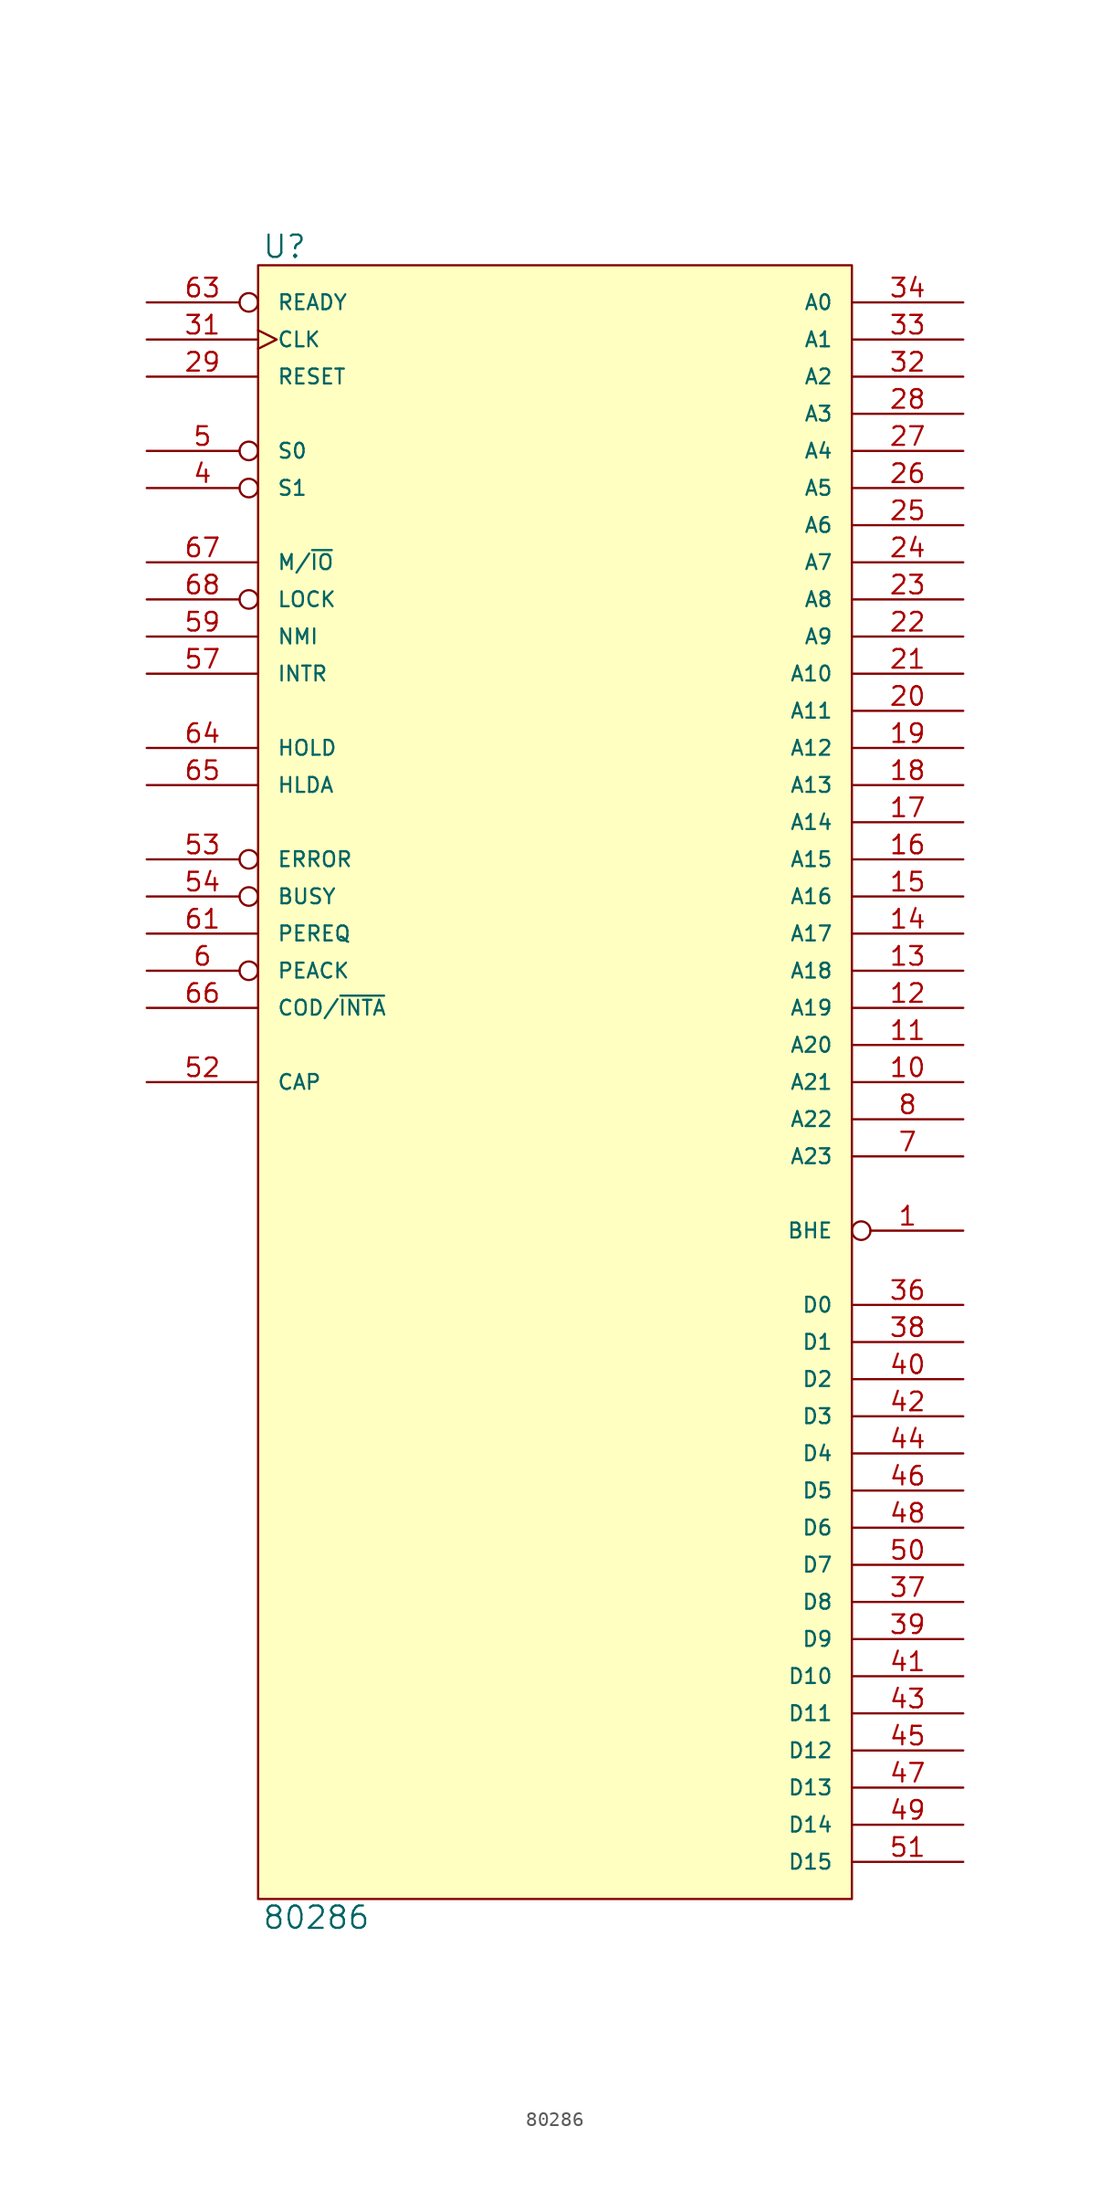
<source format=kicad_sym>
(kicad_symbol_lib
  (version 20231120)
  (generator "kicad_symbol_editor")
  (generator_version "8.0")
  (symbol "80286"
    (pin_names
      (offset 1.27))
    (property "Reference" "U"
      (at 0.254 0.381 0)
      (effects (font (size 1.524 1.524)) (justify left bottom)))
    (property "Value" "80286"
      (at 0.254 -112.141 0)
      (effects (font (size 1.524 1.524)) (justify left top)))
    (symbol "80286_0_1"
      (rectangle (start 0 0) (end 40.64 -111.76) (stroke (width 0) (type solid)) (fill (type background))))
    (symbol "80286_1_1"
      (pin output inverted (at 48.26 -66.04 180) (length 7.62) (name "BHE" (effects (font (size 1.016 1.016)))) (number "1" (effects (font (size 1.27 1.27)))))
      (pin output line (at 48.26 -55.88 180) (length 7.62) (name "A21" (effects (font (size 1.016 1.016)))) (number "10" (effects (font (size 1.27 1.27)))))
      (pin output line (at 48.26 -53.34 180) (length 7.62) (name "A20" (effects (font (size 1.016 1.016)))) (number "11" (effects (font (size 1.27 1.27)))))
      (pin output line (at 48.26 -50.8 180) (length 7.62) (name "A19" (effects (font (size 1.016 1.016)))) (number "12" (effects (font (size 1.27 1.27)))))
      (pin output line (at 48.26 -48.26 180) (length 7.62) (name "A18" (effects (font (size 1.016 1.016)))) (number "13" (effects (font (size 1.27 1.27)))))
      (pin output line (at 48.26 -45.72 180) (length 7.62) (name "A17" (effects (font (size 1.016 1.016)))) (number "14" (effects (font (size 1.27 1.27)))))
      (pin output line (at 48.26 -43.18 180) (length 7.62) (name "A16" (effects (font (size 1.016 1.016)))) (number "15" (effects (font (size 1.27 1.27)))))
      (pin output line (at 48.26 -40.64 180) (length 7.62) (name "A15" (effects (font (size 1.016 1.016)))) (number "16" (effects (font (size 1.27 1.27)))))
      (pin output line (at 48.26 -38.1 180) (length 7.62) (name "A14" (effects (font (size 1.016 1.016)))) (number "17" (effects (font (size 1.27 1.27)))))
      (pin output line (at 48.26 -35.56 180) (length 7.62) (name "A13" (effects (font (size 1.016 1.016)))) (number "18" (effects (font (size 1.27 1.27)))))
      (pin output line (at 48.26 -33.02 180) (length 7.62) (name "A12" (effects (font (size 1.016 1.016)))) (number "19" (effects (font (size 1.27 1.27)))))
      (pin output line (at 48.26 -30.48 180) (length 7.62) (name "A11" (effects (font (size 1.016 1.016)))) (number "20" (effects (font (size 1.27 1.27)))))
      (pin output line (at 48.26 -27.94 180) (length 7.62) (name "A10" (effects (font (size 1.016 1.016)))) (number "21" (effects (font (size 1.27 1.27)))))
      (pin output line (at 48.26 -25.4 180) (length 7.62) (name "A9" (effects (font (size 1.016 1.016)))) (number "22" (effects (font (size 1.27 1.27)))))
      (pin output line (at 48.26 -22.86 180) (length 7.62) (name "A8" (effects (font (size 1.016 1.016)))) (number "23" (effects (font (size 1.27 1.27)))))
      (pin output line (at 48.26 -20.32 180) (length 7.62) (name "A7" (effects (font (size 1.016 1.016)))) (number "24" (effects (font (size 1.27 1.27)))))
      (pin output line (at 48.26 -17.78 180) (length 7.62) (name "A6" (effects (font (size 1.016 1.016)))) (number "25" (effects (font (size 1.27 1.27)))))
      (pin output line (at 48.26 -15.24 180) (length 7.62) (name "A5" (effects (font (size 1.016 1.016)))) (number "26" (effects (font (size 1.27 1.27)))))
      (pin output line (at 48.26 -12.7 180) (length 7.62) (name "A4" (effects (font (size 1.016 1.016)))) (number "27" (effects (font (size 1.27 1.27)))))
      (pin output line (at 48.26 -10.16 180) (length 7.62) (name "A3" (effects (font (size 1.016 1.016)))) (number "28" (effects (font (size 1.27 1.27)))))
      (pin input line (at -7.62 -7.62 0) (length 7.62) (name "RESET" (effects (font (size 1.016 1.016)))) (number "29" (effects (font (size 1.27 1.27)))))
      (pin power_in line (at 0 0 270) (length 0) hide (name "VCC" (effects (font (size 1.016 1.016)))) (number "30" (effects (font (size 1.27 1.27)))))
      (pin input clock (at -7.62 -5.08 0) (length 7.62) (name "CLK" (effects (font (size 1.016 1.016)))) (number "31" (effects (font (size 1.27 1.27)))))
      (pin output line (at 48.26 -7.62 180) (length 7.62) (name "A2" (effects (font (size 1.016 1.016)))) (number "32" (effects (font (size 1.27 1.27)))))
      (pin output line (at 48.26 -5.08 180) (length 7.62) (name "A1" (effects (font (size 1.016 1.016)))) (number "33" (effects (font (size 1.27 1.27)))))
      (pin output line (at 48.26 -2.54 180) (length 7.62) (name "A0" (effects (font (size 1.016 1.016)))) (number "34" (effects (font (size 1.27 1.27)))))
      (pin power_in line (at 0 -111.76 90) (length 0) hide (name "VSS" (effects (font (size 1.016 1.016)))) (number "35" (effects (font (size 1.27 1.27)))))
      (pin bidirectional line (at 48.26 -71.12 180) (length 7.62) (name "D0" (effects (font (size 1.016 1.016)))) (number "36" (effects (font (size 1.27 1.27)))))
      (pin bidirectional line (at 48.26 -91.44 180) (length 7.62) (name "D8" (effects (font (size 1.016 1.016)))) (number "37" (effects (font (size 1.27 1.27)))))
      (pin bidirectional line (at 48.26 -73.66 180) (length 7.62) (name "D1" (effects (font (size 1.016 1.016)))) (number "38" (effects (font (size 1.27 1.27)))))
      (pin bidirectional line (at 48.26 -93.98 180) (length 7.62) (name "D9" (effects (font (size 1.016 1.016)))) (number "39" (effects (font (size 1.27 1.27)))))
      (pin output inverted (at -7.62 -15.24 0) (length 7.62) (name "S1" (effects (font (size 1.016 1.016)))) (number "4" (effects (font (size 1.27 1.27)))))
      (pin bidirectional line (at 48.26 -76.2 180) (length 7.62) (name "D2" (effects (font (size 1.016 1.016)))) (number "40" (effects (font (size 1.27 1.27)))))
      (pin bidirectional line (at 48.26 -96.52 180) (length 7.62) (name "D10" (effects (font (size 1.016 1.016)))) (number "41" (effects (font (size 1.27 1.27)))))
      (pin bidirectional line (at 48.26 -78.74 180) (length 7.62) (name "D3" (effects (font (size 1.016 1.016)))) (number "42" (effects (font (size 1.27 1.27)))))
      (pin bidirectional line (at 48.26 -99.06 180) (length 7.62) (name "D11" (effects (font (size 1.016 1.016)))) (number "43" (effects (font (size 1.27 1.27)))))
      (pin bidirectional line (at 48.26 -81.28 180) (length 7.62) (name "D4" (effects (font (size 1.016 1.016)))) (number "44" (effects (font (size 1.27 1.27)))))
      (pin bidirectional line (at 48.26 -101.6 180) (length 7.62) (name "D12" (effects (font (size 1.016 1.016)))) (number "45" (effects (font (size 1.27 1.27)))))
      (pin bidirectional line (at 48.26 -83.82 180) (length 7.62) (name "D5" (effects (font (size 1.016 1.016)))) (number "46" (effects (font (size 1.27 1.27)))))
      (pin bidirectional line (at 48.26 -104.14 180) (length 7.62) (name "D13" (effects (font (size 1.016 1.016)))) (number "47" (effects (font (size 1.27 1.27)))))
      (pin bidirectional line (at 48.26 -86.36 180) (length 7.62) (name "D6" (effects (font (size 1.016 1.016)))) (number "48" (effects (font (size 1.27 1.27)))))
      (pin bidirectional line (at 48.26 -106.68 180) (length 7.62) (name "D14" (effects (font (size 1.016 1.016)))) (number "49" (effects (font (size 1.27 1.27)))))
      (pin output inverted (at -7.62 -12.7 0) (length 7.62) (name "S0" (effects (font (size 1.016 1.016)))) (number "5" (effects (font (size 1.27 1.27)))))
      (pin bidirectional line (at 48.26 -88.9 180) (length 7.62) (name "D7" (effects (font (size 1.016 1.016)))) (number "50" (effects (font (size 1.27 1.27)))))
      (pin bidirectional line (at 48.26 -109.22 180) (length 7.62) (name "D15" (effects (font (size 1.016 1.016)))) (number "51" (effects (font (size 1.27 1.27)))))
      (pin input line (at -7.62 -55.88 0) (length 7.62) (name "CAP" (effects (font (size 1.016 1.016)))) (number "52" (effects (font (size 1.27 1.27)))))
      (pin input inverted (at -7.62 -40.64 0) (length 7.62) (name "ERROR" (effects (font (size 1.016 1.016)))) (number "53" (effects (font (size 1.27 1.27)))))
      (pin input inverted (at -7.62 -43.18 0) (length 7.62) (name "BUSY" (effects (font (size 1.016 1.016)))) (number "54" (effects (font (size 1.27 1.27)))))
      (pin input line (at -7.62 -27.94 0) (length 7.62) (name "INTR" (effects (font (size 1.016 1.016)))) (number "57" (effects (font (size 1.27 1.27)))))
      (pin input line (at -7.62 -25.4 0) (length 7.62) (name "NMI" (effects (font (size 1.016 1.016)))) (number "59" (effects (font (size 1.27 1.27)))))
      (pin output inverted (at -7.62 -48.26 0) (length 7.62) (name "PEACK" (effects (font (size 1.016 1.016)))) (number "6" (effects (font (size 1.27 1.27)))))
      (pin power_in line (at 15.24 -111.76 90) (length 0) hide (name "VSS" (effects (font (size 1.016 1.016)))) (number "60" (effects (font (size 1.27 1.27)))))
      (pin input line (at -7.62 -45.72 0) (length 7.62) (name "PEREQ" (effects (font (size 1.016 1.016)))) (number "61" (effects (font (size 1.27 1.27)))))
      (pin power_in line (at 15.24 0 270) (length 0) hide (name "VCC" (effects (font (size 1.016 1.016)))) (number "62" (effects (font (size 1.27 1.27)))))
      (pin input inverted (at -7.62 -2.54 0) (length 7.62) (name "READY" (effects (font (size 1.016 1.016)))) (number "63" (effects (font (size 1.27 1.27)))))
      (pin input line (at -7.62 -33.02 0) (length 7.62) (name "HOLD" (effects (font (size 1.016 1.016)))) (number "64" (effects (font (size 1.27 1.27)))))
      (pin output line (at -7.62 -35.56 0) (length 7.62) (name "HLDA" (effects (font (size 1.016 1.016)))) (number "65" (effects (font (size 1.27 1.27)))))
      (pin output line (at -7.62 -50.8 0) (length 7.62) (name "COD/~{INTA}" (effects (font (size 1.016 1.016)))) (number "66" (effects (font (size 1.27 1.27)))))
      (pin output line (at -7.62 -20.32 0) (length 7.62) (name "M/~{IO}" (effects (font (size 1.016 1.016)))) (number "67" (effects (font (size 1.27 1.27)))))
      (pin output inverted (at -7.62 -22.86 0) (length 7.62) (name "LOCK" (effects (font (size 1.016 1.016)))) (number "68" (effects (font (size 1.27 1.27)))))
      (pin output line (at 48.26 -60.96 180) (length 7.62) (name "A23" (effects (font (size 1.016 1.016)))) (number "7" (effects (font (size 1.27 1.27)))))
      (pin output line (at 48.26 -58.42 180) (length 7.62) (name "A22" (effects (font (size 1.016 1.016)))) (number "8" (effects (font (size 1.27 1.27)))))
      (pin power_in line (at 30.48 -111.76 90) (length 0) hide (name "VSS" (effects (font (size 1.016 1.016)))) (number "9" (effects (font (size 1.27 1.27))))))))
</source>
